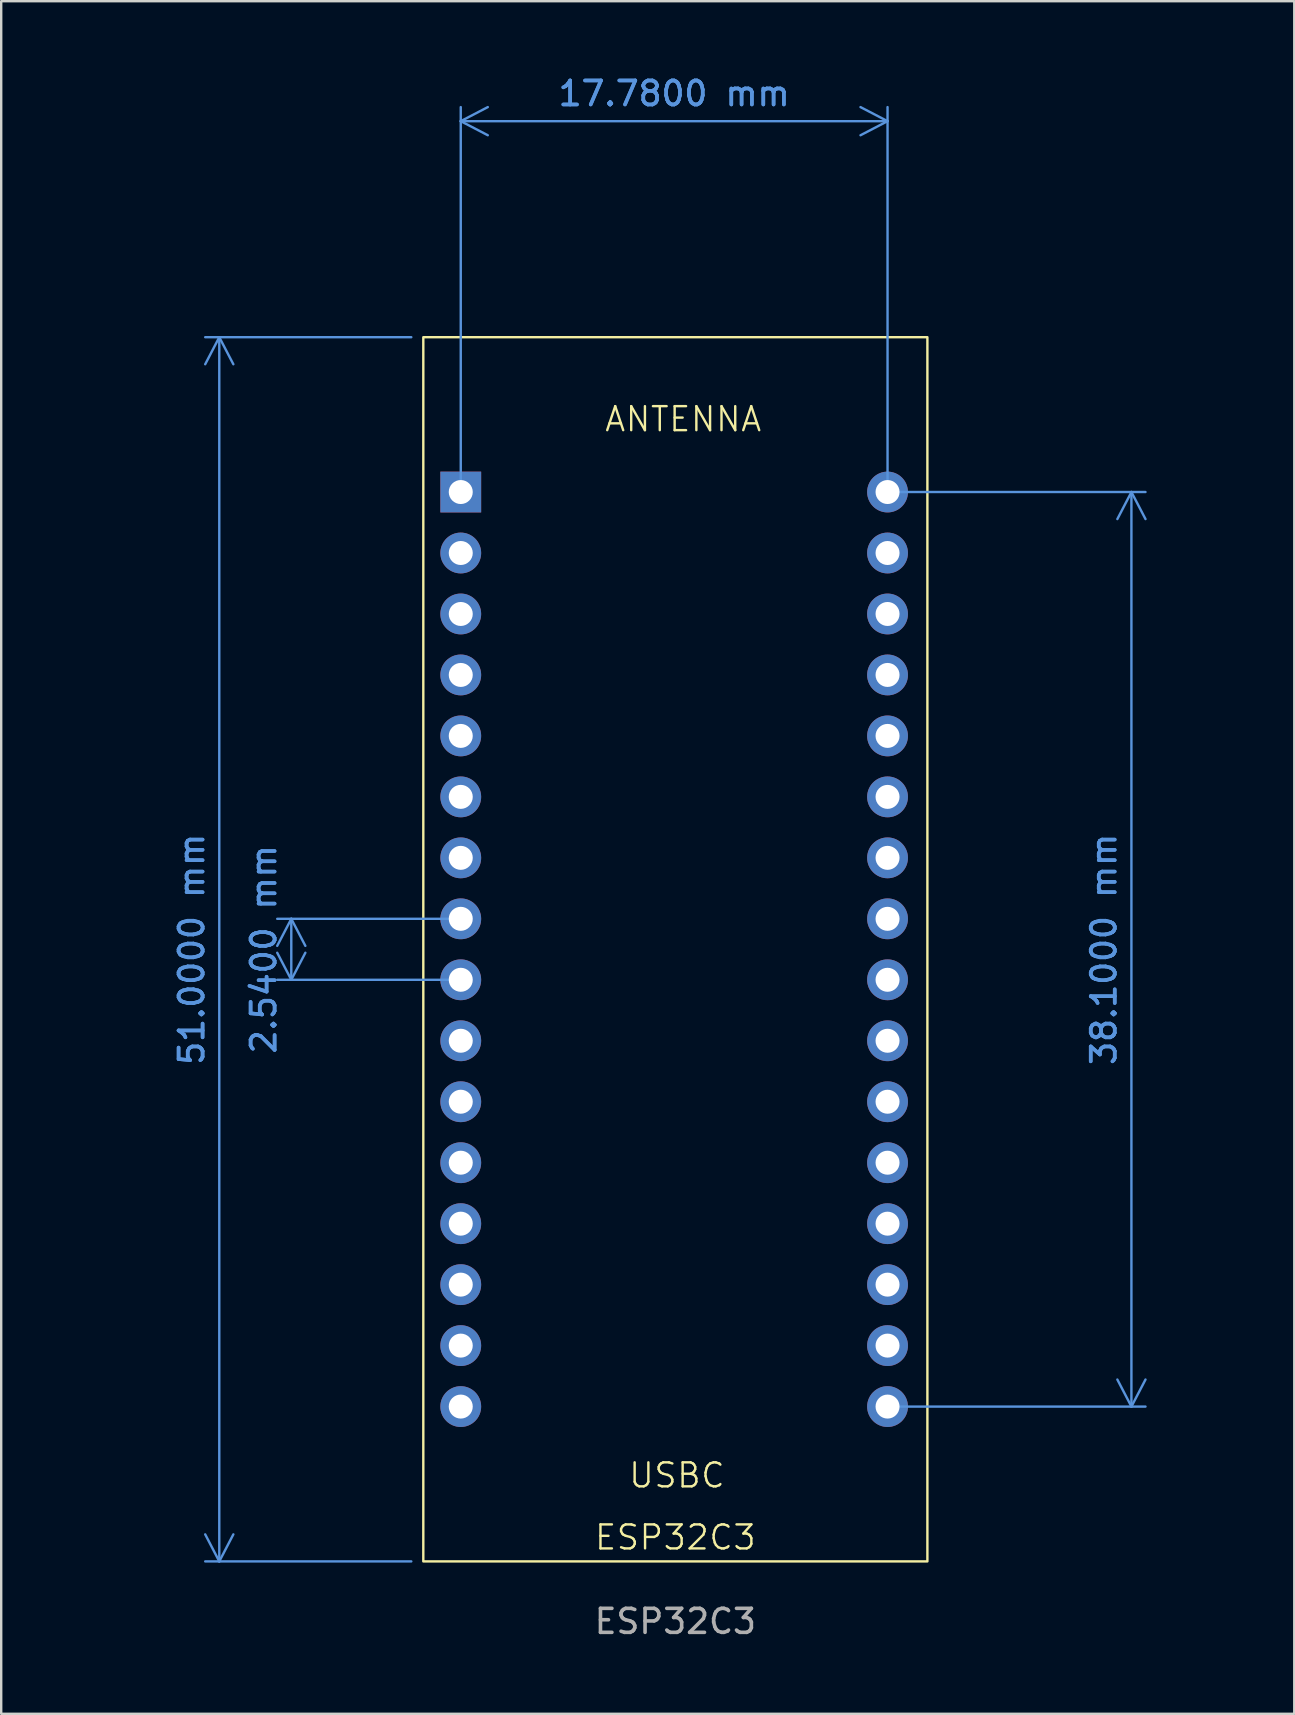
<source format=kicad_pcb>
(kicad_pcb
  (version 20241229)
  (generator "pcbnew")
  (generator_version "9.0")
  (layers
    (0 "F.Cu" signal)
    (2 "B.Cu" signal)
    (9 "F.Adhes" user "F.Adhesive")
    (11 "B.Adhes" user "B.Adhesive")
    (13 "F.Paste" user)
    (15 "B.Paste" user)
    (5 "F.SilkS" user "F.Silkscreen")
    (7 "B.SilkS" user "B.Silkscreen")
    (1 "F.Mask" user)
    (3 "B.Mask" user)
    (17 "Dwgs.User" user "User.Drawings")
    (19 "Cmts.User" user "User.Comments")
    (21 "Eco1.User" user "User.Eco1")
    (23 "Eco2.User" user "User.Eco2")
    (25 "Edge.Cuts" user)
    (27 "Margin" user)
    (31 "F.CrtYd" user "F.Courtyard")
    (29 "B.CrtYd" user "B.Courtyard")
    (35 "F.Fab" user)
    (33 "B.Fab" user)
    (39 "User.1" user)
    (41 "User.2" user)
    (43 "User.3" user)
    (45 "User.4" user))
  (footprint "ESP32C3"
    (layer "F.Cu")
    (at 25.085 61.998)
    (property "Reference" "ESP32C3" (at 0 -1 0) (unlocked yes) (layer "F.SilkS") (effects (font (size 1 1) (thickness 0.1))))
    (attr smd)
    (fp_rect (start -10.5 0) (end 10.5 -51) (stroke (width 0.1) (type default)) (fill no) (layer "F.SilkS"))
    (fp_text user "ANTENNA" (at -3 -47 0) (unlocked yes) (layer "F.SilkS") (effects (font (size 1 1) (thickness 0.1)) (justify left bottom)))
    (fp_text user "USBC" (at -2 -3 0) (unlocked yes) (layer "F.SilkS") (effects (font (size 1 1) (thickness 0.1)) (justify left bottom)))
    (fp_text user "${REFERENCE}" (at 0 2.5 0) (unlocked yes) (layer "F.Fab") (effects (font (size 1 1) (thickness 0.15))))
    (dimension (type aligned) (layer "Cmts.User") (pts (xy 33.925 17.448) (xy 33.925 55.548)) (height -10.16) (format (prefix "") (suffix "") (units 3) (units_format 1) (precision 4)) (style (thickness 0.1) (arrow_length 1.27) (text_position_mode 0) (arrow_direction outward) (extension_height 0.586) (extension_offset 0.5) (keep_text_aligned yes)) (gr_text "38.1000 mm" (at 42.935 36.498 90) (layer "Cmts.User") (effects (font (size 1 1) (thickness 0.15)))))
    (dimension (type aligned) (layer "Cmts.User") (pts (xy 16.145 17.448) (xy 33.925 17.448)) (height -15.45) (format (prefix "") (suffix "") (units 3) (units_format 1) (precision 4)) (style (thickness 0.1) (arrow_length 1.27) (text_position_mode 0) (arrow_direction outward) (extension_height 0.586) (extension_offset 0.5) (keep_text_aligned yes)) (gr_text "17.7800 mm" (at 25.035 0.848 0) (layer "Cmts.User") (effects (font (size 1 1) (thickness 0.15)))))
    (dimension (type aligned) (layer "Cmts.User") (pts (xy 14.585 10.998) (xy 14.585 61.998)) (height 8.5) (format (prefix "") (suffix "") (units 3) (units_format 1) (precision 4)) (style (thickness 0.1) (arrow_length 1.27) (text_position_mode 0) (arrow_direction outward) (extension_height 0.586) (extension_offset 0.5) (keep_text_aligned yes)) (gr_text "51.0000 mm" (at 4.935 36.498 90) (layer "Cmts.User") (effects (font (size 1 1) (thickness 0.15)))))
    (dimension (type aligned) (layer "Cmts.User") (pts (xy 16.145 35.228) (xy 16.145 37.768)) (height 7.06) (format (prefix "") (suffix "") (units 3) (units_format 1) (precision 4)) (style (thickness 0.1) (arrow_length 1.27) (text_position_mode 0) (arrow_direction outward) (extension_height 0.586) (extension_offset 0.5) (keep_text_aligned yes)) (gr_text "2.5400 mm" (at 7.935 36.498 90) (layer "Cmts.User") (effects (font (size 1 1) (thickness 0.15)))))
    (pad "1" thru_hole rect (at -8.94 -44.55) (size 1.7 1.7) (drill 1) (layers "*.Cu" "*.Mask"))
    (pad "2" thru_hole circle (at -8.94 -42.01) (size 1.7 1.7) (drill 1) (layers "*.Cu" "*.Mask"))
    (pad "3" thru_hole circle (at -8.94 -39.47) (size 1.7 1.7) (drill 1) (layers "*.Cu" "*.Mask"))
    (pad "4" thru_hole circle (at -8.94 -36.93) (size 1.7 1.7) (drill 1) (layers "*.Cu" "*.Mask"))
    (pad "5" thru_hole circle (at -8.94 -34.39) (size 1.7 1.7) (drill 1) (layers "*.Cu" "*.Mask"))
    (pad "6" thru_hole circle (at -8.94 -31.85) (size 1.7 1.7) (drill 1) (layers "*.Cu" "*.Mask"))
    (pad "7" thru_hole circle (at -8.94 -29.31) (size 1.7 1.7) (drill 1) (layers "*.Cu" "*.Mask"))
    (pad "8" thru_hole circle (at -8.94 -26.77) (size 1.7 1.7) (drill 1) (layers "*.Cu" "*.Mask"))
    (pad "9" thru_hole circle (at -8.94 -24.23) (size 1.7 1.7) (drill 1) (layers "*.Cu" "*.Mask"))
    (pad "10" thru_hole circle (at -8.94 -21.69) (size 1.7 1.7) (drill 1) (layers "*.Cu" "*.Mask"))
    (pad "11" thru_hole circle (at -8.94 -19.15) (size 1.7 1.7) (drill 1) (layers "*.Cu" "*.Mask"))
    (pad "12" thru_hole circle (at -8.94 -16.61) (size 1.7 1.7) (drill 1) (layers "*.Cu" "*.Mask"))
    (pad "13" thru_hole circle (at -8.94 -14.07) (size 1.7 1.7) (drill 1) (layers "*.Cu" "*.Mask"))
    (pad "14" thru_hole circle (at -8.94 -11.53) (size 1.7 1.7) (drill 1) (layers "*.Cu" "*.Mask"))
    (pad "15" thru_hole circle (at -8.94 -8.99) (size 1.7 1.7) (drill 1) (layers "*.Cu" "*.Mask"))
    (pad "16" thru_hole circle (at -8.94 -6.45) (size 1.7 1.7) (drill 1) (layers "*.Cu" "*.Mask"))
    (pad "17" thru_hole circle (at 8.84 -44.55) (size 1.7 1.7) (drill 1) (layers "*.Cu" "*.Mask"))
    (pad "18" thru_hole circle (at 8.84 -42.01) (size 1.7 1.7) (drill 1) (layers "*.Cu" "*.Mask"))
    (pad "19" thru_hole circle (at 8.84 -39.47) (size 1.7 1.7) (drill 1) (layers "*.Cu" "*.Mask"))
    (pad "20" thru_hole circle (at 8.84 -36.93) (size 1.7 1.7) (drill 1) (layers "*.Cu" "*.Mask"))
    (pad "21" thru_hole circle (at 8.84 -34.39) (size 1.7 1.7) (drill 1) (layers "*.Cu" "*.Mask"))
    (pad "22" thru_hole circle (at 8.84 -31.85) (size 1.7 1.7) (drill 1) (layers "*.Cu" "*.Mask"))
    (pad "23" thru_hole circle (at 8.84 -29.31) (size 1.7 1.7) (drill 1) (layers "*.Cu" "*.Mask"))
    (pad "24" thru_hole circle (at 8.84 -26.77) (size 1.7 1.7) (drill 1) (layers "*.Cu" "*.Mask"))
    (pad "25" thru_hole circle (at 8.84 -24.23) (size 1.7 1.7) (drill 1) (layers "*.Cu" "*.Mask"))
    (pad "26" thru_hole circle (at 8.84 -21.69) (size 1.7 1.7) (drill 1) (layers "*.Cu" "*.Mask"))
    (pad "27" thru_hole circle (at 8.84 -19.15) (size 1.7 1.7) (drill 1) (layers "*.Cu" "*.Mask"))
    (pad "28" thru_hole circle (at 8.84 -16.61) (size 1.7 1.7) (drill 1) (layers "*.Cu" "*.Mask"))
    (pad "29" thru_hole circle (at 8.84 -14.07) (size 1.7 1.7) (drill 1) (layers "*.Cu" "*.Mask"))
    (pad "30" thru_hole circle (at 8.84 -11.53) (size 1.7 1.7) (drill 1) (layers "*.Cu" "*.Mask"))
    (pad "31" thru_hole circle (at 8.84 -8.99) (size 1.7 1.7) (drill 1) (layers "*.Cu" "*.Mask"))
    (pad "32" thru_hole circle (at 8.84 -6.45) (size 1.7 1.7) (drill 1) (layers "*.Cu" "*.Mask")))
  (gr_rect
    (start -3 -3)
    (end 50.869 68.347)
    (stroke (width 0.1) (type default))
    (fill no)
    (layer "Edge.Cuts")))
</source>
